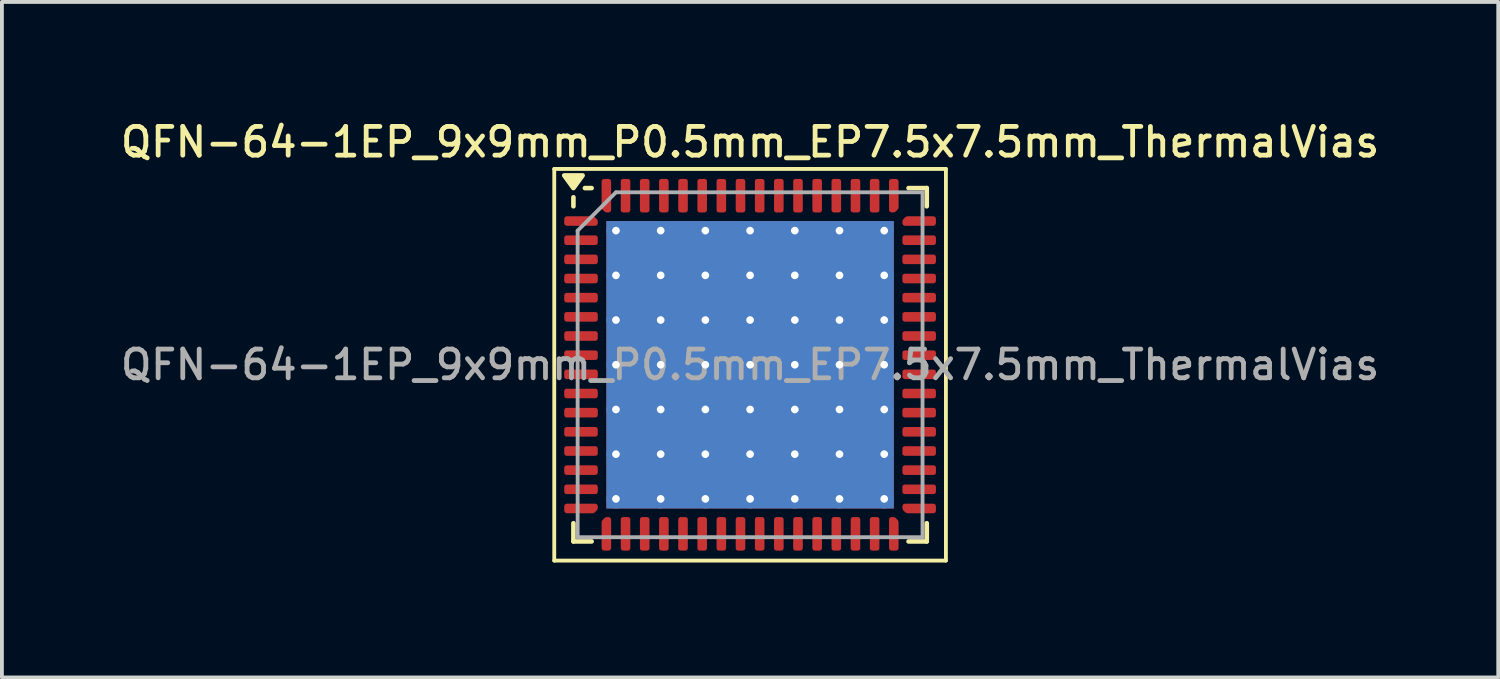
<source format=kicad_pcb>
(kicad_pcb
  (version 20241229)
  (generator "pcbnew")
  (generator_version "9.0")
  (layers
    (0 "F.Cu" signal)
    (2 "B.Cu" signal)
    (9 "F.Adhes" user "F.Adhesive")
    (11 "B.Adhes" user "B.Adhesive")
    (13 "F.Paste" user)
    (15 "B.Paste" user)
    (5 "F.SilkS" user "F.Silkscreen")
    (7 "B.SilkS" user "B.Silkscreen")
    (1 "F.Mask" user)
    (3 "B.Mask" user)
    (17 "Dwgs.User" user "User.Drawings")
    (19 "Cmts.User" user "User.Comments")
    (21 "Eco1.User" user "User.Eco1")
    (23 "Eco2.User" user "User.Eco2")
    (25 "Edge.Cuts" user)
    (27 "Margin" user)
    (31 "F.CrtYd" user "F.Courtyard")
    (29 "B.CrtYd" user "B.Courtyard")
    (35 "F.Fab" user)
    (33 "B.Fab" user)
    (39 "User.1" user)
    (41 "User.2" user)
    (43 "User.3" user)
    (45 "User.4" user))
  (footprint "QFN-64-1EP_9x9mm_P0.5mm_EP7.5x7.5mm_ThermalVias"
    (layer "F.Cu")
    (at 16.523 6.468)
    (property "Reference" "QFN-64-1EP_9x9mm_P0.5mm_EP7.5x7.5mm_ThermalVias" (at 0 -5.81 0) (layer "F.SilkS") (effects (font (size 0.75 0.75) (thickness 0.125))))
    (attr smd)
    (fp_line (start -5.11 -5.11) (end -5.11 5.11) (stroke (width 0.1) (type solid)) (layer "F.SilkS"))
    (fp_line (start -5.11 5.11) (end 5.11 5.11) (stroke (width 0.1) (type solid)) (layer "F.SilkS"))
    (fp_line (start -4.61 -4.135) (end -4.61 -4.37) (stroke (width 0.12) (type solid)) (layer "F.SilkS"))
    (fp_line (start -4.61 4.61) (end -4.61 4.135) (stroke (width 0.12) (type solid)) (layer "F.SilkS"))
    (fp_line (start -4.135 -4.61) (end -4.31 -4.61) (stroke (width 0.12) (type solid)) (layer "F.SilkS"))
    (fp_line (start -4.135 4.61) (end -4.61 4.61) (stroke (width 0.12) (type solid)) (layer "F.SilkS"))
    (fp_line (start 4.135 -4.61) (end 4.61 -4.61) (stroke (width 0.12) (type solid)) (layer "F.SilkS"))
    (fp_line (start 4.135 4.61) (end 4.61 4.61) (stroke (width 0.12) (type solid)) (layer "F.SilkS"))
    (fp_line (start 4.61 -4.61) (end 4.61 -4.135) (stroke (width 0.12) (type solid)) (layer "F.SilkS"))
    (fp_line (start 4.61 4.61) (end 4.61 4.135) (stroke (width 0.12) (type solid)) (layer "F.SilkS"))
    (fp_line (start 5.11 -5.11) (end -5.11 -5.11) (stroke (width 0.1) (type solid)) (layer "F.SilkS"))
    (fp_line (start 5.11 5.11) (end 5.11 -5.11) (stroke (width 0.1) (type solid)) (layer "F.SilkS"))
    (fp_poly (pts (xy -4.61 -4.61) (xy -4.85 -4.94) (xy -4.37 -4.94) (xy -4.61 -4.61)) (stroke (width 0.12) (type solid)) (fill yes) (layer "F.SilkS"))
    (fp_line (start -4.5 -3.5) (end -3.5 -4.5) (stroke (width 0.1) (type solid)) (layer "F.Fab"))
    (fp_line (start -4.5 4.5) (end -4.5 -3.5) (stroke (width 0.1) (type solid)) (layer "F.Fab"))
    (fp_line (start -3.5 -4.5) (end 4.5 -4.5) (stroke (width 0.1) (type solid)) (layer "F.Fab"))
    (fp_line (start 4.5 -4.5) (end 4.5 4.5) (stroke (width 0.1) (type solid)) (layer "F.Fab"))
    (fp_line (start 4.5 4.5) (end -4.5 4.5) (stroke (width 0.1) (type solid)) (layer "F.Fab"))
    (fp_text user "${REFERENCE}" (at 0 0 0) (layer "F.Fab") (effects (font (size 0.75 0.75) (thickness 0.125))))
    (pad "" smd roundrect (at -2.917 -2.917) (size 1.008 1.008) (layers "F.Paste") (roundrect_rratio 0.248))
    (pad "" smd roundrect (at -2.917 -1.75) (size 1.008 1.008) (layers "F.Paste") (roundrect_rratio 0.248))
    (pad "" smd roundrect (at -2.917 -0.583) (size 1.008 1.008) (layers "F.Paste") (roundrect_rratio 0.248))
    (pad "" smd roundrect (at -2.917 0.583) (size 1.008 1.008) (layers "F.Paste") (roundrect_rratio 0.248))
    (pad "" smd roundrect (at -2.917 1.75) (size 1.008 1.008) (layers "F.Paste") (roundrect_rratio 0.248))
    (pad "" smd roundrect (at -2.917 2.917) (size 1.008 1.008) (layers "F.Paste") (roundrect_rratio 0.248))
    (pad "" smd roundrect (at -1.75 -2.917) (size 1.008 1.008) (layers "F.Paste") (roundrect_rratio 0.248))
    (pad "" smd roundrect (at -1.75 -1.75) (size 1.008 1.008) (layers "F.Paste") (roundrect_rratio 0.248))
    (pad "" smd roundrect (at -1.75 -0.583) (size 1.008 1.008) (layers "F.Paste") (roundrect_rratio 0.248))
    (pad "" smd roundrect (at -1.75 0.583) (size 1.008 1.008) (layers "F.Paste") (roundrect_rratio 0.248))
    (pad "" smd roundrect (at -1.75 1.75) (size 1.008 1.008) (layers "F.Paste") (roundrect_rratio 0.248))
    (pad "" smd roundrect (at -1.75 2.917) (size 1.008 1.008) (layers "F.Paste") (roundrect_rratio 0.248))
    (pad "" smd roundrect (at -0.583 -2.917) (size 1.008 1.008) (layers "F.Paste") (roundrect_rratio 0.248))
    (pad "" smd roundrect (at -0.583 -1.75) (size 1.008 1.008) (layers "F.Paste") (roundrect_rratio 0.248))
    (pad "" smd roundrect (at -0.583 -0.583) (size 1.008 1.008) (layers "F.Paste") (roundrect_rratio 0.248))
    (pad "" smd roundrect (at -0.583 0.583) (size 1.008 1.008) (layers "F.Paste") (roundrect_rratio 0.248))
    (pad "" smd roundrect (at -0.583 1.75) (size 1.008 1.008) (layers "F.Paste") (roundrect_rratio 0.248))
    (pad "" smd roundrect (at -0.583 2.917) (size 1.008 1.008) (layers "F.Paste") (roundrect_rratio 0.248))
    (pad "" smd roundrect (at 0.583 -2.917) (size 1.008 1.008) (layers "F.Paste") (roundrect_rratio 0.248))
    (pad "" smd roundrect (at 0.583 -1.75) (size 1.008 1.008) (layers "F.Paste") (roundrect_rratio 0.248))
    (pad "" smd roundrect (at 0.583 -0.583) (size 1.008 1.008) (layers "F.Paste") (roundrect_rratio 0.248))
    (pad "" smd roundrect (at 0.583 0.583) (size 1.008 1.008) (layers "F.Paste") (roundrect_rratio 0.248))
    (pad "" smd roundrect (at 0.583 1.75) (size 1.008 1.008) (layers "F.Paste") (roundrect_rratio 0.248))
    (pad "" smd roundrect (at 0.583 2.917) (size 1.008 1.008) (layers "F.Paste") (roundrect_rratio 0.248))
    (pad "" smd roundrect (at 1.75 -2.917) (size 1.008 1.008) (layers "F.Paste") (roundrect_rratio 0.248))
    (pad "" smd roundrect (at 1.75 -1.75) (size 1.008 1.008) (layers "F.Paste") (roundrect_rratio 0.248))
    (pad "" smd roundrect (at 1.75 -0.583) (size 1.008 1.008) (layers "F.Paste") (roundrect_rratio 0.248))
    (pad "" smd roundrect (at 1.75 0.583) (size 1.008 1.008) (layers "F.Paste") (roundrect_rratio 0.248))
    (pad "" smd roundrect (at 1.75 1.75) (size 1.008 1.008) (layers "F.Paste") (roundrect_rratio 0.248))
    (pad "" smd roundrect (at 1.75 2.917) (size 1.008 1.008) (layers "F.Paste") (roundrect_rratio 0.248))
    (pad "" smd roundrect (at 2.917 -2.917) (size 1.008 1.008) (layers "F.Paste") (roundrect_rratio 0.248))
    (pad "" smd roundrect (at 2.917 -1.75) (size 1.008 1.008) (layers "F.Paste") (roundrect_rratio 0.248))
    (pad "" smd roundrect (at 2.917 -0.583) (size 1.008 1.008) (layers "F.Paste") (roundrect_rratio 0.248))
    (pad "" smd roundrect (at 2.917 0.583) (size 1.008 1.008) (layers "F.Paste") (roundrect_rratio 0.248))
    (pad "" smd roundrect (at 2.917 1.75) (size 1.008 1.008) (layers "F.Paste") (roundrect_rratio 0.248))
    (pad "" smd roundrect (at 2.917 2.917) (size 1.008 1.008) (layers "F.Paste") (roundrect_rratio 0.248))
    (pad "1" smd custom (at -4.412 -3.75) (size 0.179 0.179) (layers "F.Cu" "F.Mask" "F.Paste") (options (anchor circle)) (primitives (gr_poly (pts (xy -0.375 -0.062) (xy 0.312 -0.062) (xy 0.375 0.001) (xy 0.375 0.062) (xy -0.375 0.062)) (width 0.125) (fill yes))))
    (pad "2" smd roundrect (at -4.412 -3.25) (size 0.875 0.25) (layers "F.Cu" "F.Mask" "F.Paste") (roundrect_rratio 0.25))
    (pad "3" smd roundrect (at -4.412 -2.75) (size 0.875 0.25) (layers "F.Cu" "F.Mask" "F.Paste") (roundrect_rratio 0.25))
    (pad "4" smd roundrect (at -4.412 -2.25) (size 0.875 0.25) (layers "F.Cu" "F.Mask" "F.Paste") (roundrect_rratio 0.25))
    (pad "5" smd roundrect (at -4.412 -1.75) (size 0.875 0.25) (layers "F.Cu" "F.Mask" "F.Paste") (roundrect_rratio 0.25))
    (pad "6" smd roundrect (at -4.412 -1.25) (size 0.875 0.25) (layers "F.Cu" "F.Mask" "F.Paste") (roundrect_rratio 0.25))
    (pad "7" smd roundrect (at -4.412 -0.75) (size 0.875 0.25) (layers "F.Cu" "F.Mask" "F.Paste") (roundrect_rratio 0.25))
    (pad "8" smd roundrect (at -4.412 -0.25) (size 0.875 0.25) (layers "F.Cu" "F.Mask" "F.Paste") (roundrect_rratio 0.25))
    (pad "9" smd roundrect (at -4.412 0.25) (size 0.875 0.25) (layers "F.Cu" "F.Mask" "F.Paste") (roundrect_rratio 0.25))
    (pad "10" smd roundrect (at -4.412 0.75) (size 0.875 0.25) (layers "F.Cu" "F.Mask" "F.Paste") (roundrect_rratio 0.25))
    (pad "11" smd roundrect (at -4.412 1.25) (size 0.875 0.25) (layers "F.Cu" "F.Mask" "F.Paste") (roundrect_rratio 0.25))
    (pad "12" smd roundrect (at -4.412 1.75) (size 0.875 0.25) (layers "F.Cu" "F.Mask" "F.Paste") (roundrect_rratio 0.25))
    (pad "13" smd roundrect (at -4.412 2.25) (size 0.875 0.25) (layers "F.Cu" "F.Mask" "F.Paste") (roundrect_rratio 0.25))
    (pad "14" smd roundrect (at -4.412 2.75) (size 0.875 0.25) (layers "F.Cu" "F.Mask" "F.Paste") (roundrect_rratio 0.25))
    (pad "15" smd roundrect (at -4.412 3.25) (size 0.875 0.25) (layers "F.Cu" "F.Mask" "F.Paste") (roundrect_rratio 0.25))
    (pad "16" smd custom (at -4.412 3.75) (size 0.179 0.179) (layers "F.Cu" "F.Mask" "F.Paste") (options (anchor circle)) (primitives (gr_poly (pts (xy -0.375 -0.062) (xy 0.375 -0.062) (xy 0.375 -0.001) (xy 0.312 0.062) (xy -0.375 0.062)) (width 0.125) (fill yes))))
    (pad "17" smd custom (at -3.75 4.412) (size 0.179 0.179) (layers "F.Cu" "F.Mask" "F.Paste") (options (anchor circle)) (primitives (gr_poly (pts (xy -0.062 -0.312) (xy 0.001 -0.375) (xy 0.062 -0.375) (xy 0.062 0.375) (xy -0.062 0.375)) (width 0.125) (fill yes))))
    (pad "18" smd roundrect (at -3.25 4.412) (size 0.25 0.875) (layers "F.Cu" "F.Mask" "F.Paste") (roundrect_rratio 0.25))
    (pad "19" smd roundrect (at -2.75 4.412) (size 0.25 0.875) (layers "F.Cu" "F.Mask" "F.Paste") (roundrect_rratio 0.25))
    (pad "20" smd roundrect (at -2.25 4.412) (size 0.25 0.875) (layers "F.Cu" "F.Mask" "F.Paste") (roundrect_rratio 0.25))
    (pad "21" smd roundrect (at -1.75 4.412) (size 0.25 0.875) (layers "F.Cu" "F.Mask" "F.Paste") (roundrect_rratio 0.25))
    (pad "22" smd roundrect (at -1.25 4.412) (size 0.25 0.875) (layers "F.Cu" "F.Mask" "F.Paste") (roundrect_rratio 0.25))
    (pad "23" smd roundrect (at -0.75 4.412) (size 0.25 0.875) (layers "F.Cu" "F.Mask" "F.Paste") (roundrect_rratio 0.25))
    (pad "24" smd roundrect (at -0.25 4.412) (size 0.25 0.875) (layers "F.Cu" "F.Mask" "F.Paste") (roundrect_rratio 0.25))
    (pad "25" smd roundrect (at 0.25 4.412) (size 0.25 0.875) (layers "F.Cu" "F.Mask" "F.Paste") (roundrect_rratio 0.25))
    (pad "26" smd roundrect (at 0.75 4.412) (size 0.25 0.875) (layers "F.Cu" "F.Mask" "F.Paste") (roundrect_rratio 0.25))
    (pad "27" smd roundrect (at 1.25 4.412) (size 0.25 0.875) (layers "F.Cu" "F.Mask" "F.Paste") (roundrect_rratio 0.25))
    (pad "28" smd roundrect (at 1.75 4.412) (size 0.25 0.875) (layers "F.Cu" "F.Mask" "F.Paste") (roundrect_rratio 0.25))
    (pad "29" smd roundrect (at 2.25 4.412) (size 0.25 0.875) (layers "F.Cu" "F.Mask" "F.Paste") (roundrect_rratio 0.25))
    (pad "30" smd roundrect (at 2.75 4.412) (size 0.25 0.875) (layers "F.Cu" "F.Mask" "F.Paste") (roundrect_rratio 0.25))
    (pad "31" smd roundrect (at 3.25 4.412) (size 0.25 0.875) (layers "F.Cu" "F.Mask" "F.Paste") (roundrect_rratio 0.25))
    (pad "32" smd custom (at 3.75 4.412) (size 0.179 0.179) (layers "F.Cu" "F.Mask" "F.Paste") (options (anchor circle)) (primitives (gr_poly (pts (xy -0.062 -0.375) (xy -0.001 -0.375) (xy 0.062 -0.312) (xy 0.062 0.375) (xy -0.062 0.375)) (width 0.125) (fill yes))))
    (pad "33" smd custom (at 4.412 3.75) (size 0.179 0.179) (layers "F.Cu" "F.Mask" "F.Paste") (options (anchor circle)) (primitives (gr_poly (pts (xy -0.375 -0.062) (xy 0.375 -0.062) (xy 0.375 0.062) (xy -0.312 0.062) (xy -0.375 -0.001)) (width 0.125) (fill yes))))
    (pad "34" smd roundrect (at 4.412 3.25) (size 0.875 0.25) (layers "F.Cu" "F.Mask" "F.Paste") (roundrect_rratio 0.25))
    (pad "35" smd roundrect (at 4.412 2.75) (size 0.875 0.25) (layers "F.Cu" "F.Mask" "F.Paste") (roundrect_rratio 0.25))
    (pad "36" smd roundrect (at 4.412 2.25) (size 0.875 0.25) (layers "F.Cu" "F.Mask" "F.Paste") (roundrect_rratio 0.25))
    (pad "37" smd roundrect (at 4.412 1.75) (size 0.875 0.25) (layers "F.Cu" "F.Mask" "F.Paste") (roundrect_rratio 0.25))
    (pad "38" smd roundrect (at 4.412 1.25) (size 0.875 0.25) (layers "F.Cu" "F.Mask" "F.Paste") (roundrect_rratio 0.25))
    (pad "39" smd roundrect (at 4.412 0.75) (size 0.875 0.25) (layers "F.Cu" "F.Mask" "F.Paste") (roundrect_rratio 0.25))
    (pad "40" smd roundrect (at 4.412 0.25) (size 0.875 0.25) (layers "F.Cu" "F.Mask" "F.Paste") (roundrect_rratio 0.25))
    (pad "41" smd roundrect (at 4.412 -0.25) (size 0.875 0.25) (layers "F.Cu" "F.Mask" "F.Paste") (roundrect_rratio 0.25))
    (pad "42" smd roundrect (at 4.412 -0.75) (size 0.875 0.25) (layers "F.Cu" "F.Mask" "F.Paste") (roundrect_rratio 0.25))
    (pad "43" smd roundrect (at 4.412 -1.25) (size 0.875 0.25) (layers "F.Cu" "F.Mask" "F.Paste") (roundrect_rratio 0.25))
    (pad "44" smd roundrect (at 4.412 -1.75) (size 0.875 0.25) (layers "F.Cu" "F.Mask" "F.Paste") (roundrect_rratio 0.25))
    (pad "45" smd roundrect (at 4.412 -2.25) (size 0.875 0.25) (layers "F.Cu" "F.Mask" "F.Paste") (roundrect_rratio 0.25))
    (pad "46" smd roundrect (at 4.412 -2.75) (size 0.875 0.25) (layers "F.Cu" "F.Mask" "F.Paste") (roundrect_rratio 0.25))
    (pad "47" smd roundrect (at 4.412 -3.25) (size 0.875 0.25) (layers "F.Cu" "F.Mask" "F.Paste") (roundrect_rratio 0.25))
    (pad "48" smd custom (at 4.412 -3.75) (size 0.179 0.179) (layers "F.Cu" "F.Mask" "F.Paste") (options (anchor circle)) (primitives (gr_poly (pts (xy -0.375 0.001) (xy -0.312 -0.062) (xy 0.375 -0.062) (xy 0.375 0.062) (xy -0.375 0.062)) (width 0.125) (fill yes))))
    (pad "49" smd custom (at 3.75 -4.412) (size 0.179 0.179) (layers "F.Cu" "F.Mask" "F.Paste") (options (anchor circle)) (primitives (gr_poly (pts (xy -0.062 -0.375) (xy 0.062 -0.375) (xy 0.062 0.312) (xy -0.001 0.375) (xy -0.062 0.375)) (width 0.125) (fill yes))))
    (pad "50" smd roundrect (at 3.25 -4.412) (size 0.25 0.875) (layers "F.Cu" "F.Mask" "F.Paste") (roundrect_rratio 0.25))
    (pad "51" smd roundrect (at 2.75 -4.412) (size 0.25 0.875) (layers "F.Cu" "F.Mask" "F.Paste") (roundrect_rratio 0.25))
    (pad "52" smd roundrect (at 2.25 -4.412) (size 0.25 0.875) (layers "F.Cu" "F.Mask" "F.Paste") (roundrect_rratio 0.25))
    (pad "53" smd roundrect (at 1.75 -4.412) (size 0.25 0.875) (layers "F.Cu" "F.Mask" "F.Paste") (roundrect_rratio 0.25))
    (pad "54" smd roundrect (at 1.25 -4.412) (size 0.25 0.875) (layers "F.Cu" "F.Mask" "F.Paste") (roundrect_rratio 0.25))
    (pad "55" smd roundrect (at 0.75 -4.412) (size 0.25 0.875) (layers "F.Cu" "F.Mask" "F.Paste") (roundrect_rratio 0.25))
    (pad "56" smd roundrect (at 0.25 -4.412) (size 0.25 0.875) (layers "F.Cu" "F.Mask" "F.Paste") (roundrect_rratio 0.25))
    (pad "57" smd roundrect (at -0.25 -4.412) (size 0.25 0.875) (layers "F.Cu" "F.Mask" "F.Paste") (roundrect_rratio 0.25))
    (pad "58" smd roundrect (at -0.75 -4.412) (size 0.25 0.875) (layers "F.Cu" "F.Mask" "F.Paste") (roundrect_rratio 0.25))
    (pad "59" smd roundrect (at -1.25 -4.412) (size 0.25 0.875) (layers "F.Cu" "F.Mask" "F.Paste") (roundrect_rratio 0.25))
    (pad "60" smd roundrect (at -1.75 -4.412) (size 0.25 0.875) (layers "F.Cu" "F.Mask" "F.Paste") (roundrect_rratio 0.25))
    (pad "61" smd roundrect (at -2.25 -4.412) (size 0.25 0.875) (layers "F.Cu" "F.Mask" "F.Paste") (roundrect_rratio 0.25))
    (pad "62" smd roundrect (at -2.75 -4.412) (size 0.25 0.875) (layers "F.Cu" "F.Mask" "F.Paste") (roundrect_rratio 0.25))
    (pad "63" smd roundrect (at -3.25 -4.412) (size 0.25 0.875) (layers "F.Cu" "F.Mask" "F.Paste") (roundrect_rratio 0.25))
    (pad "64" smd custom (at -3.75 -4.412) (size 0.179 0.179) (layers "F.Cu" "F.Mask" "F.Paste") (options (anchor circle)) (primitives (gr_poly (pts (xy -0.062 -0.375) (xy 0.062 -0.375) (xy 0.062 0.375) (xy 0.001 0.375) (xy -0.062 0.312)) (width 0.125) (fill yes))))
    (pad "65" thru_hole circle (at -3.5 -3.5) (size 0.5 0.5) (drill 0.2) (property pad_prop_heatsink) (layers "*.Cu"))
    (pad "65" thru_hole circle (at -3.5 -2.333) (size 0.5 0.5) (drill 0.2) (property pad_prop_heatsink) (layers "*.Cu"))
    (pad "65" thru_hole circle (at -3.5 -1.167) (size 0.5 0.5) (drill 0.2) (property pad_prop_heatsink) (layers "*.Cu"))
    (pad "65" thru_hole circle (at -3.5 0) (size 0.5 0.5) (drill 0.2) (property pad_prop_heatsink) (layers "*.Cu"))
    (pad "65" thru_hole circle (at -3.5 1.167) (size 0.5 0.5) (drill 0.2) (property pad_prop_heatsink) (layers "*.Cu"))
    (pad "65" thru_hole circle (at -3.5 2.333) (size 0.5 0.5) (drill 0.2) (property pad_prop_heatsink) (layers "*.Cu"))
    (pad "65" thru_hole circle (at -3.5 3.5) (size 0.5 0.5) (drill 0.2) (property pad_prop_heatsink) (layers "*.Cu"))
    (pad "65" thru_hole circle (at -2.333 -3.5) (size 0.5 0.5) (drill 0.2) (property pad_prop_heatsink) (layers "*.Cu"))
    (pad "65" thru_hole circle (at -2.333 -2.333) (size 0.5 0.5) (drill 0.2) (property pad_prop_heatsink) (layers "*.Cu"))
    (pad "65" thru_hole circle (at -2.333 -1.167) (size 0.5 0.5) (drill 0.2) (property pad_prop_heatsink) (layers "*.Cu"))
    (pad "65" thru_hole circle (at -2.333 0) (size 0.5 0.5) (drill 0.2) (property pad_prop_heatsink) (layers "*.Cu"))
    (pad "65" thru_hole circle (at -2.333 1.167) (size 0.5 0.5) (drill 0.2) (property pad_prop_heatsink) (layers "*.Cu"))
    (pad "65" thru_hole circle (at -2.333 2.333) (size 0.5 0.5) (drill 0.2) (property pad_prop_heatsink) (layers "*.Cu"))
    (pad "65" thru_hole circle (at -2.333 3.5) (size 0.5 0.5) (drill 0.2) (property pad_prop_heatsink) (layers "*.Cu"))
    (pad "65" thru_hole circle (at -1.167 -3.5) (size 0.5 0.5) (drill 0.2) (property pad_prop_heatsink) (layers "*.Cu"))
    (pad "65" thru_hole circle (at -1.167 -2.333) (size 0.5 0.5) (drill 0.2) (property pad_prop_heatsink) (layers "*.Cu"))
    (pad "65" thru_hole circle (at -1.167 -1.167) (size 0.5 0.5) (drill 0.2) (property pad_prop_heatsink) (layers "*.Cu"))
    (pad "65" thru_hole circle (at -1.167 0) (size 0.5 0.5) (drill 0.2) (property pad_prop_heatsink) (layers "*.Cu"))
    (pad "65" thru_hole circle (at -1.167 1.167) (size 0.5 0.5) (drill 0.2) (property pad_prop_heatsink) (layers "*.Cu"))
    (pad "65" thru_hole circle (at -1.167 2.333) (size 0.5 0.5) (drill 0.2) (property pad_prop_heatsink) (layers "*.Cu"))
    (pad "65" thru_hole circle (at -1.167 3.5) (size 0.5 0.5) (drill 0.2) (property pad_prop_heatsink) (layers "*.Cu"))
    (pad "65" thru_hole circle (at 0 -3.5) (size 0.5 0.5) (drill 0.2) (property pad_prop_heatsink) (layers "*.Cu"))
    (pad "65" thru_hole circle (at 0 -2.333) (size 0.5 0.5) (drill 0.2) (property pad_prop_heatsink) (layers "*.Cu"))
    (pad "65" thru_hole circle (at 0 -1.167) (size 0.5 0.5) (drill 0.2) (property pad_prop_heatsink) (layers "*.Cu"))
    (pad "65" thru_hole circle (at 0 0) (size 0.5 0.5) (drill 0.2) (property pad_prop_heatsink) (layers "*.Cu"))
    (pad "65" smd rect (at 0 0) (size 7.5 7.5) (property pad_prop_heatsink) (layers "F.Cu" "F.Mask"))
    (pad "65" smd rect (at 0 0) (size 7.5 7.5) (property pad_prop_heatsink) (layers "B.Cu"))
    (pad "65" thru_hole circle (at 0 1.167) (size 0.5 0.5) (drill 0.2) (property pad_prop_heatsink) (layers "*.Cu"))
    (pad "65" thru_hole circle (at 0 2.333) (size 0.5 0.5) (drill 0.2) (property pad_prop_heatsink) (layers "*.Cu"))
    (pad "65" thru_hole circle (at 0 3.5) (size 0.5 0.5) (drill 0.2) (property pad_prop_heatsink) (layers "*.Cu"))
    (pad "65" thru_hole circle (at 1.167 -3.5) (size 0.5 0.5) (drill 0.2) (property pad_prop_heatsink) (layers "*.Cu"))
    (pad "65" thru_hole circle (at 1.167 -2.333) (size 0.5 0.5) (drill 0.2) (property pad_prop_heatsink) (layers "*.Cu"))
    (pad "65" thru_hole circle (at 1.167 -1.167) (size 0.5 0.5) (drill 0.2) (property pad_prop_heatsink) (layers "*.Cu"))
    (pad "65" thru_hole circle (at 1.167 0) (size 0.5 0.5) (drill 0.2) (property pad_prop_heatsink) (layers "*.Cu"))
    (pad "65" thru_hole circle (at 1.167 1.167) (size 0.5 0.5) (drill 0.2) (property pad_prop_heatsink) (layers "*.Cu"))
    (pad "65" thru_hole circle (at 1.167 2.333) (size 0.5 0.5) (drill 0.2) (property pad_prop_heatsink) (layers "*.Cu"))
    (pad "65" thru_hole circle (at 1.167 3.5) (size 0.5 0.5) (drill 0.2) (property pad_prop_heatsink) (layers "*.Cu"))
    (pad "65" thru_hole circle (at 2.333 -3.5) (size 0.5 0.5) (drill 0.2) (property pad_prop_heatsink) (layers "*.Cu"))
    (pad "65" thru_hole circle (at 2.333 -2.333) (size 0.5 0.5) (drill 0.2) (property pad_prop_heatsink) (layers "*.Cu"))
    (pad "65" thru_hole circle (at 2.333 -1.167) (size 0.5 0.5) (drill 0.2) (property pad_prop_heatsink) (layers "*.Cu"))
    (pad "65" thru_hole circle (at 2.333 0) (size 0.5 0.5) (drill 0.2) (property pad_prop_heatsink) (layers "*.Cu"))
    (pad "65" thru_hole circle (at 2.333 1.167) (size 0.5 0.5) (drill 0.2) (property pad_prop_heatsink) (layers "*.Cu"))
    (pad "65" thru_hole circle (at 2.333 2.333) (size 0.5 0.5) (drill 0.2) (property pad_prop_heatsink) (layers "*.Cu"))
    (pad "65" thru_hole circle (at 2.333 3.5) (size 0.5 0.5) (drill 0.2) (property pad_prop_heatsink) (layers "*.Cu"))
    (pad "65" thru_hole circle (at 3.5 -3.5) (size 0.5 0.5) (drill 0.2) (property pad_prop_heatsink) (layers "*.Cu"))
    (pad "65" thru_hole circle (at 3.5 -2.333) (size 0.5 0.5) (drill 0.2) (property pad_prop_heatsink) (layers "*.Cu"))
    (pad "65" thru_hole circle (at 3.5 -1.167) (size 0.5 0.5) (drill 0.2) (property pad_prop_heatsink) (layers "*.Cu"))
    (pad "65" thru_hole circle (at 3.5 0) (size 0.5 0.5) (drill 0.2) (property pad_prop_heatsink) (layers "*.Cu"))
    (pad "65" thru_hole circle (at 3.5 1.167) (size 0.5 0.5) (drill 0.2) (property pad_prop_heatsink) (layers "*.Cu"))
    (pad "65" thru_hole circle (at 3.5 2.333) (size 0.5 0.5) (drill 0.2) (property pad_prop_heatsink) (layers "*.Cu"))
    (pad "65" thru_hole circle (at 3.5 3.5) (size 0.5 0.5) (drill 0.2) (property pad_prop_heatsink) (layers "*.Cu")))
  (gr_rect
    (start -3 -3)
    (end 36.046 14.628)
    (stroke (width 0.1) (type default))
    (fill no)
    (layer "Edge.Cuts")))
</source>
